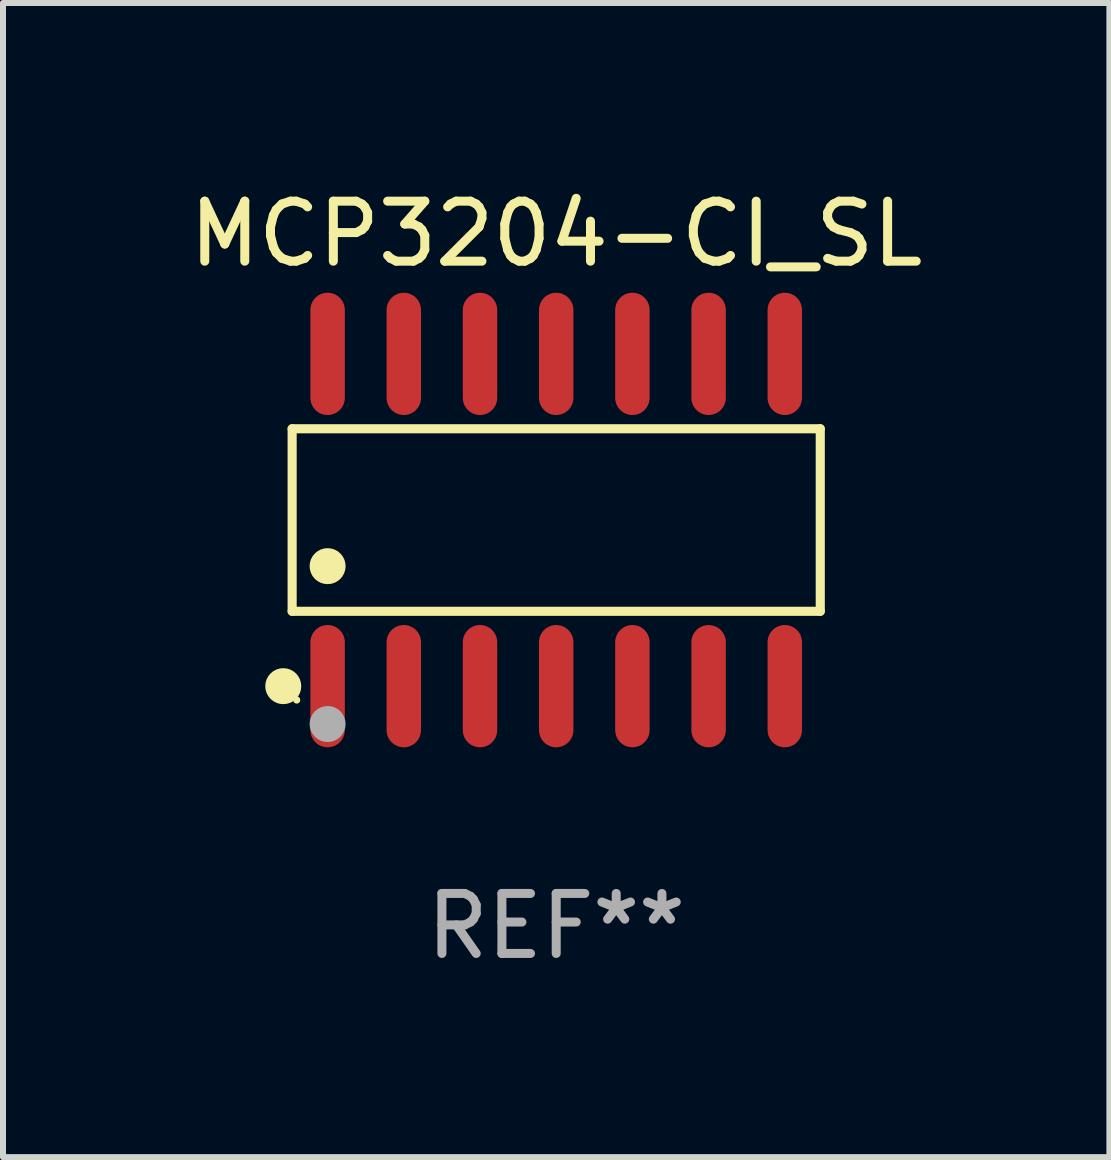
<source format=kicad_pcb>
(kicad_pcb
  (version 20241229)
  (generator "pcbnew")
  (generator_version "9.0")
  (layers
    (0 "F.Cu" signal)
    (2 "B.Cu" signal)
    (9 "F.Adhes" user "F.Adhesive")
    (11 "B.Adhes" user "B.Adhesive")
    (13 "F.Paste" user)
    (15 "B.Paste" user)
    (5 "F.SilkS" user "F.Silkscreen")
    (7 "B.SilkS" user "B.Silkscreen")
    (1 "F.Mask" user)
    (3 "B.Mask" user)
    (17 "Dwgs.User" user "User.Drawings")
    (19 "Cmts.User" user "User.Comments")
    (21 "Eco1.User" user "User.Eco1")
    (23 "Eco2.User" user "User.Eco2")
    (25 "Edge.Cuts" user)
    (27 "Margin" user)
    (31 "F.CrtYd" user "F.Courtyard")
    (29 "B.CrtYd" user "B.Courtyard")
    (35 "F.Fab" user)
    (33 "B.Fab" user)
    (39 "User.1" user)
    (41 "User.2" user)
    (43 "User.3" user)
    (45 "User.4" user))
  (footprint "MCP3204-CI_SL"
    (layer "F.Cu")
    (at 6.22 5.617)
    (property "Reference" "MCP3204-CI_SL" (at 0 -4.769 0) (layer "F.SilkS") (effects (font (size 1 1) (thickness 0.15))))
    (attr through_hole)
    (fp_line (start -4.401 -1.521) (end 4.401 -1.521) (stroke (width 0.152) (type solid)) (layer "F.SilkS"))
    (fp_line (start -4.401 1.521) (end -4.401 -1.521) (stroke (width 0.152) (type solid)) (layer "F.SilkS"))
    (fp_line (start 4.401 -1.521) (end 4.401 1.521) (stroke (width 0.152) (type solid)) (layer "F.SilkS"))
    (fp_line (start 4.401 1.521) (end -4.401 1.521) (stroke (width 0.152) (type solid)) (layer "F.SilkS"))
    (fp_circle (center -4.549 2.769) (end -4.399 2.769) (stroke (width 0.3) (type solid)) (fill no) (layer "F.SilkS"))
    (fp_circle (center -4.325 3) (end -4.295 3) (stroke (width 0.06) (type solid)) (fill no) (layer "F.SilkS"))
    (fp_circle (center -3.81 0.769) (end -3.66 0.769) (stroke (width 0.3) (type solid)) (fill no) (layer "F.SilkS"))
    (fp_circle (center -3.81 3.4) (end -3.66 3.4) (stroke (width 0.3) (type solid)) (fill no) (layer "F.Fab"))
    (fp_text user "REF**" (at 0 6.769 0) (layer "F.Fab") (effects (font (size 1 1) (thickness 0.15))))
    (pad "1" smd oval (at -3.81 2.769) (size 0.574 2.038) (layers "F.Cu" "F.Mask" "F.Paste"))
    (pad "2" smd oval (at -2.54 2.769) (size 0.574 2.038) (layers "F.Cu" "F.Mask" "F.Paste"))
    (pad "3" smd oval (at -1.27 2.769) (size 0.574 2.038) (layers "F.Cu" "F.Mask" "F.Paste"))
    (pad "4" smd oval (at 0 2.769) (size 0.574 2.038) (layers "F.Cu" "F.Mask" "F.Paste"))
    (pad "5" smd oval (at 1.27 2.769) (size 0.574 2.038) (layers "F.Cu" "F.Mask" "F.Paste"))
    (pad "6" smd oval (at 2.54 2.769) (size 0.574 2.038) (layers "F.Cu" "F.Mask" "F.Paste"))
    (pad "7" smd oval (at 3.81 2.769) (size 0.574 2.038) (layers "F.Cu" "F.Mask" "F.Paste"))
    (pad "8" smd oval (at 3.81 -2.769) (size 0.574 2.038) (layers "F.Cu" "F.Mask" "F.Paste"))
    (pad "9" smd oval (at 2.54 -2.769) (size 0.574 2.038) (layers "F.Cu" "F.Mask" "F.Paste"))
    (pad "10" smd oval (at 1.27 -2.769) (size 0.574 2.038) (layers "F.Cu" "F.Mask" "F.Paste"))
    (pad "11" smd oval (at 0 -2.769) (size 0.574 2.038) (layers "F.Cu" "F.Mask" "F.Paste"))
    (pad "12" smd oval (at -1.27 -2.769) (size 0.574 2.038) (layers "F.Cu" "F.Mask" "F.Paste"))
    (pad "13" smd oval (at -2.54 -2.769) (size 0.574 2.038) (layers "F.Cu" "F.Mask" "F.Paste"))
    (pad "14" smd oval (at -3.81 -2.769) (size 0.574 2.038) (layers "F.Cu" "F.Mask" "F.Paste")))
  (gr_rect
    (start -3 -3)
    (end 15.44 16.235)
    (stroke (width 0.1) (type default))
    (fill no)
    (layer "Edge.Cuts")))
</source>
